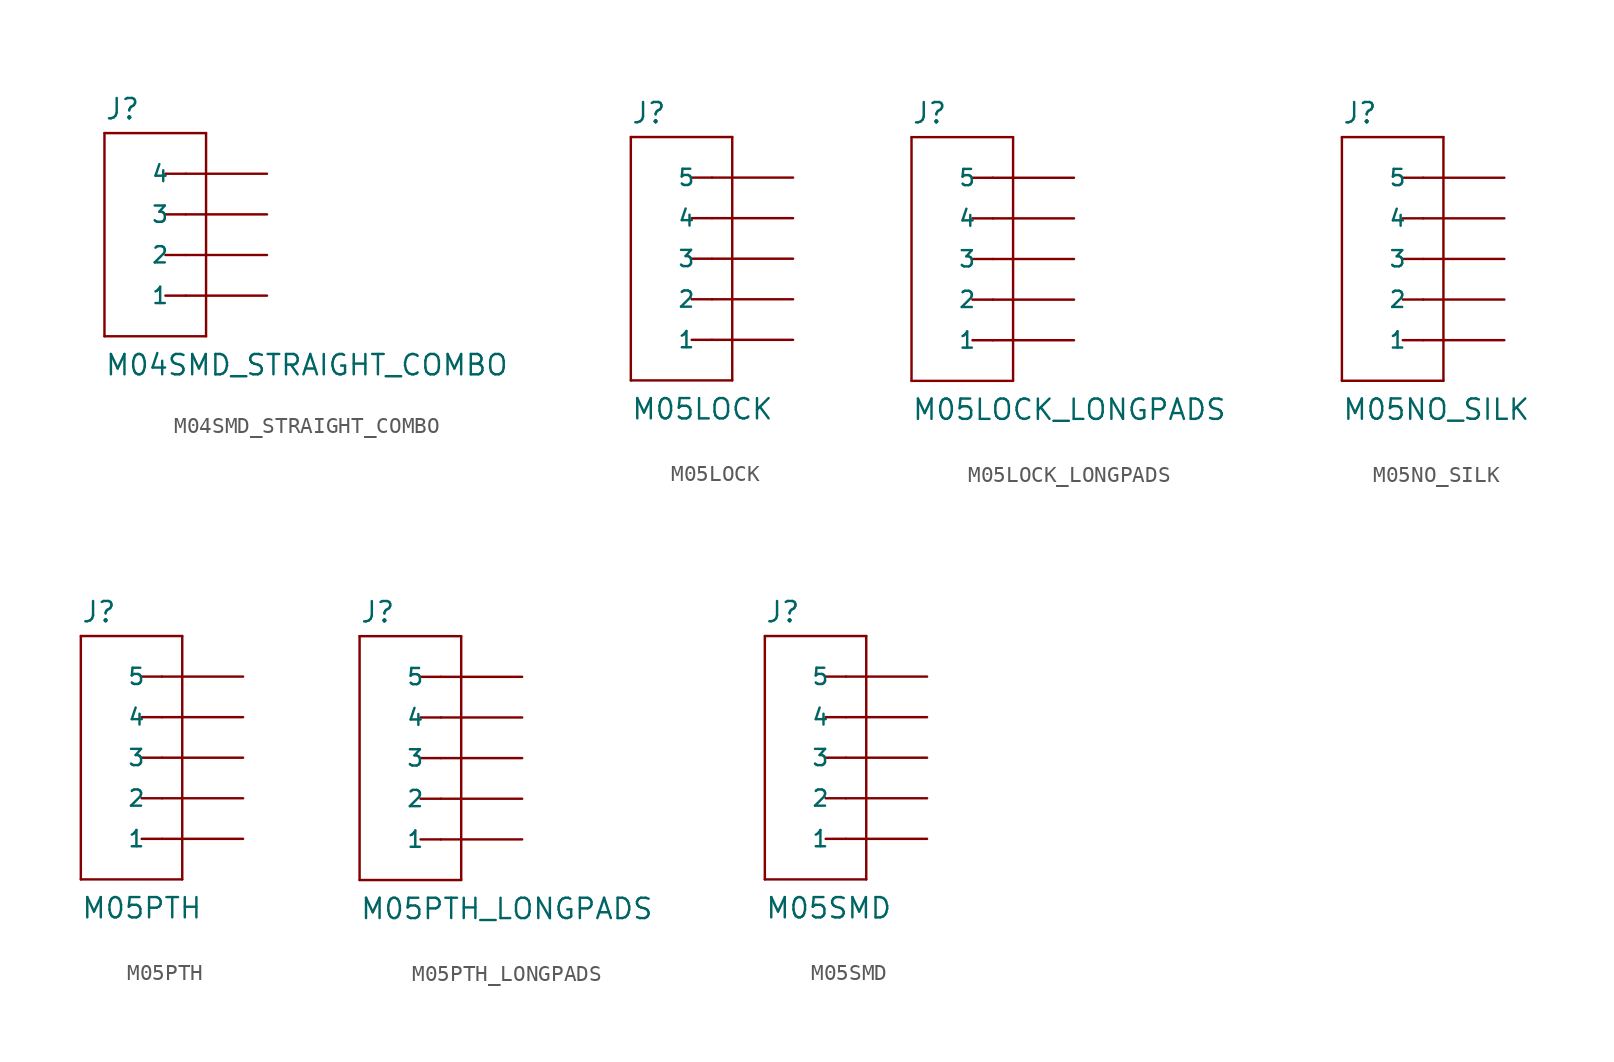
<source format=kicad_sym>
(kicad_symbol_lib
  (version 20211014)
  (generator kicad_symbol_editor)
  (symbol "M04SMD_STRAIGHT_COMBO"
    (pin_numbers hide)
    (pin_names
      (offset 1.016))
    (property "Reference" "J"
      (at -5.08 8.382 0)
      (effects (font (size 1.27 1.27)) (justify left bottom)))
    (property "Value" "M04SMD_STRAIGHT_COMBO"
      (at -5.08 -7.62 0)
      (effects (font (size 1.27 1.27)) (justify left bottom)))
    (property "Datasheet" ""
      (at 0 0 0)
      (effects (font (size 1.524 1.524))))
    (property "ki_locked" ""
      (at 0 0 0)
      (effects (font (size 1.27 1.27))))
    (symbol "M04SMD_STRAIGHT_COMBO_1_0"
      (polyline (pts (xy -5.08 7.62) (xy -5.08 -5.08)) (stroke (width 0) (type default) (color 0 0 0 0)) (fill (type none)))
      (polyline (pts (xy -5.08 7.62) (xy 1.27 7.62)) (stroke (width 0) (type default) (color 0 0 0 0)) (fill (type none)))
      (polyline (pts (xy -1.27 -2.54) (xy 0 -2.54)) (stroke (width 0) (type default) (color 0 0 0 0)) (fill (type none)))
      (polyline (pts (xy -1.27 0) (xy 0 0)) (stroke (width 0) (type default) (color 0 0 0 0)) (fill (type none)))
      (polyline (pts (xy -1.27 2.54) (xy 0 2.54)) (stroke (width 0) (type default) (color 0 0 0 0)) (fill (type none)))
      (polyline (pts (xy -1.27 5.08) (xy 0 5.08)) (stroke (width 0) (type default) (color 0 0 0 0)) (fill (type none)))
      (polyline (pts (xy 1.27 -5.08) (xy -5.08 -5.08)) (stroke (width 0) (type default) (color 0 0 0 0)) (fill (type none)))
      (polyline (pts (xy 1.27 -5.08) (xy 1.27 7.62)) (stroke (width 0) (type default) (color 0 0 0 0)) (fill (type none))))
    (symbol "M04SMD_STRAIGHT_COMBO_1_1"
      (pin passive line (at 5.08 -2.54 180) (length 5.08) (name "1" (effects (font (size 1.016 1.016)))) (number "1" (effects (font (size 1.016 1.016)))))
      (pin passive line (at 5.08 0 180) (length 5.08) (name "2" (effects (font (size 1.016 1.016)))) (number "2" (effects (font (size 1.016 1.016)))))
      (pin passive line (at 5.08 2.54 180) (length 5.08) (name "3" (effects (font (size 1.016 1.016)))) (number "3" (effects (font (size 1.016 1.016)))))
      (pin passive line (at 5.08 5.08 180) (length 5.08) (name "4" (effects (font (size 1.016 1.016)))) (number "4" (effects (font (size 1.016 1.016)))))))
  (symbol "M05LOCK"
    (pin_numbers hide)
    (pin_names
      (offset 1.016))
    (property "Reference" "J"
      (at -2.54 8.382 0)
      (effects (font (size 1.27 1.27)) (justify left bottom)))
    (property "Value" "M05LOCK"
      (at -2.54 -10.16 0)
      (effects (font (size 1.27 1.27)) (justify left bottom)))
    (property "Datasheet" ""
      (at 0 0 0)
      (effects (font (size 1.524 1.524))))
    (property "ki_locked" ""
      (at 0 0 0)
      (effects (font (size 1.27 1.27))))
    (symbol "M05LOCK_1_0"
      (polyline (pts (xy -2.54 7.62) (xy -2.54 -7.62)) (stroke (width 0) (type default) (color 0 0 0 0)) (fill (type none)))
      (polyline (pts (xy -2.54 7.62) (xy 3.81 7.62)) (stroke (width 0) (type default) (color 0 0 0 0)) (fill (type none)))
      (polyline (pts (xy 1.27 -5.08) (xy 2.54 -5.08)) (stroke (width 0) (type default) (color 0 0 0 0)) (fill (type none)))
      (polyline (pts (xy 1.27 -2.54) (xy 2.54 -2.54)) (stroke (width 0) (type default) (color 0 0 0 0)) (fill (type none)))
      (polyline (pts (xy 1.27 0) (xy 2.54 0)) (stroke (width 0) (type default) (color 0 0 0 0)) (fill (type none)))
      (polyline (pts (xy 1.27 2.54) (xy 2.54 2.54)) (stroke (width 0) (type default) (color 0 0 0 0)) (fill (type none)))
      (polyline (pts (xy 1.27 5.08) (xy 2.54 5.08)) (stroke (width 0) (type default) (color 0 0 0 0)) (fill (type none)))
      (polyline (pts (xy 3.81 -7.62) (xy -2.54 -7.62)) (stroke (width 0) (type default) (color 0 0 0 0)) (fill (type none)))
      (polyline (pts (xy 3.81 -7.62) (xy 3.81 7.62)) (stroke (width 0) (type default) (color 0 0 0 0)) (fill (type none))))
    (symbol "M05LOCK_1_1"
      (pin passive line (at 7.62 -5.08 180) (length 5.08) (name "1" (effects (font (size 1.016 1.016)))) (number "1" (effects (font (size 1.016 1.016)))))
      (pin passive line (at 7.62 -2.54 180) (length 5.08) (name "2" (effects (font (size 1.016 1.016)))) (number "2" (effects (font (size 1.016 1.016)))))
      (pin passive line (at 7.62 0 180) (length 5.08) (name "3" (effects (font (size 1.016 1.016)))) (number "3" (effects (font (size 1.016 1.016)))))
      (pin passive line (at 7.62 2.54 180) (length 5.08) (name "4" (effects (font (size 1.016 1.016)))) (number "4" (effects (font (size 1.016 1.016)))))
      (pin passive line (at 7.62 5.08 180) (length 5.08) (name "5" (effects (font (size 1.016 1.016)))) (number "5" (effects (font (size 1.016 1.016)))))))
  (symbol "M05LOCK_LONGPADS"
    (pin_numbers hide)
    (pin_names
      (offset 1.016))
    (property "Reference" "J"
      (at -2.54 8.382 0)
      (effects (font (size 1.27 1.27)) (justify left bottom)))
    (property "Value" "M05LOCK_LONGPADS"
      (at -2.54 -10.16 0)
      (effects (font (size 1.27 1.27)) (justify left bottom)))
    (property "Datasheet" ""
      (at 0 0 0)
      (effects (font (size 1.524 1.524))))
    (property "ki_locked" ""
      (at 0 0 0)
      (effects (font (size 1.27 1.27))))
    (symbol "M05LOCK_LONGPADS_1_0"
      (polyline (pts (xy -2.54 7.62) (xy -2.54 -7.62)) (stroke (width 0) (type default) (color 0 0 0 0)) (fill (type none)))
      (polyline (pts (xy -2.54 7.62) (xy 3.81 7.62)) (stroke (width 0) (type default) (color 0 0 0 0)) (fill (type none)))
      (polyline (pts (xy 1.27 -5.08) (xy 2.54 -5.08)) (stroke (width 0) (type default) (color 0 0 0 0)) (fill (type none)))
      (polyline (pts (xy 1.27 -2.54) (xy 2.54 -2.54)) (stroke (width 0) (type default) (color 0 0 0 0)) (fill (type none)))
      (polyline (pts (xy 1.27 0) (xy 2.54 0)) (stroke (width 0) (type default) (color 0 0 0 0)) (fill (type none)))
      (polyline (pts (xy 1.27 2.54) (xy 2.54 2.54)) (stroke (width 0) (type default) (color 0 0 0 0)) (fill (type none)))
      (polyline (pts (xy 1.27 5.08) (xy 2.54 5.08)) (stroke (width 0) (type default) (color 0 0 0 0)) (fill (type none)))
      (polyline (pts (xy 3.81 -7.62) (xy -2.54 -7.62)) (stroke (width 0) (type default) (color 0 0 0 0)) (fill (type none)))
      (polyline (pts (xy 3.81 -7.62) (xy 3.81 7.62)) (stroke (width 0) (type default) (color 0 0 0 0)) (fill (type none))))
    (symbol "M05LOCK_LONGPADS_1_1"
      (pin passive line (at 7.62 -5.08 180) (length 5.08) (name "1" (effects (font (size 1.016 1.016)))) (number "1" (effects (font (size 1.016 1.016)))))
      (pin passive line (at 7.62 -2.54 180) (length 5.08) (name "2" (effects (font (size 1.016 1.016)))) (number "2" (effects (font (size 1.016 1.016)))))
      (pin passive line (at 7.62 0 180) (length 5.08) (name "3" (effects (font (size 1.016 1.016)))) (number "3" (effects (font (size 1.016 1.016)))))
      (pin passive line (at 7.62 2.54 180) (length 5.08) (name "4" (effects (font (size 1.016 1.016)))) (number "4" (effects (font (size 1.016 1.016)))))
      (pin passive line (at 7.62 5.08 180) (length 5.08) (name "5" (effects (font (size 1.016 1.016)))) (number "5" (effects (font (size 1.016 1.016)))))))
  (symbol "M05NO_SILK"
    (pin_numbers hide)
    (pin_names
      (offset 1.016))
    (property "Reference" "J"
      (at -2.54 8.382 0)
      (effects (font (size 1.27 1.27)) (justify left bottom)))
    (property "Value" "M05NO_SILK"
      (at -2.54 -10.16 0)
      (effects (font (size 1.27 1.27)) (justify left bottom)))
    (property "Datasheet" ""
      (at 0 0 0)
      (effects (font (size 1.524 1.524))))
    (property "ki_locked" ""
      (at 0 0 0)
      (effects (font (size 1.27 1.27))))
    (symbol "M05NO_SILK_1_0"
      (polyline (pts (xy -2.54 7.62) (xy -2.54 -7.62)) (stroke (width 0) (type default) (color 0 0 0 0)) (fill (type none)))
      (polyline (pts (xy -2.54 7.62) (xy 3.81 7.62)) (stroke (width 0) (type default) (color 0 0 0 0)) (fill (type none)))
      (polyline (pts (xy 1.27 -5.08) (xy 2.54 -5.08)) (stroke (width 0) (type default) (color 0 0 0 0)) (fill (type none)))
      (polyline (pts (xy 1.27 -2.54) (xy 2.54 -2.54)) (stroke (width 0) (type default) (color 0 0 0 0)) (fill (type none)))
      (polyline (pts (xy 1.27 0) (xy 2.54 0)) (stroke (width 0) (type default) (color 0 0 0 0)) (fill (type none)))
      (polyline (pts (xy 1.27 2.54) (xy 2.54 2.54)) (stroke (width 0) (type default) (color 0 0 0 0)) (fill (type none)))
      (polyline (pts (xy 1.27 5.08) (xy 2.54 5.08)) (stroke (width 0) (type default) (color 0 0 0 0)) (fill (type none)))
      (polyline (pts (xy 3.81 -7.62) (xy -2.54 -7.62)) (stroke (width 0) (type default) (color 0 0 0 0)) (fill (type none)))
      (polyline (pts (xy 3.81 -7.62) (xy 3.81 7.62)) (stroke (width 0) (type default) (color 0 0 0 0)) (fill (type none))))
    (symbol "M05NO_SILK_1_1"
      (pin passive line (at 7.62 -5.08 180) (length 5.08) (name "1" (effects (font (size 1.016 1.016)))) (number "1" (effects (font (size 1.016 1.016)))))
      (pin passive line (at 7.62 -2.54 180) (length 5.08) (name "2" (effects (font (size 1.016 1.016)))) (number "2" (effects (font (size 1.016 1.016)))))
      (pin passive line (at 7.62 0 180) (length 5.08) (name "3" (effects (font (size 1.016 1.016)))) (number "3" (effects (font (size 1.016 1.016)))))
      (pin passive line (at 7.62 2.54 180) (length 5.08) (name "4" (effects (font (size 1.016 1.016)))) (number "4" (effects (font (size 1.016 1.016)))))
      (pin passive line (at 7.62 5.08 180) (length 5.08) (name "5" (effects (font (size 1.016 1.016)))) (number "5" (effects (font (size 1.016 1.016)))))))
  (symbol "M05PTH"
    (pin_numbers hide)
    (pin_names
      (offset 1.016))
    (property "Reference" "J"
      (at -2.54 8.382 0)
      (effects (font (size 1.27 1.27)) (justify left bottom)))
    (property "Value" "M05PTH"
      (at -2.54 -10.16 0)
      (effects (font (size 1.27 1.27)) (justify left bottom)))
    (property "Datasheet" ""
      (at 0 0 0)
      (effects (font (size 1.524 1.524))))
    (property "ki_locked" ""
      (at 0 0 0)
      (effects (font (size 1.27 1.27))))
    (symbol "M05PTH_1_0"
      (polyline (pts (xy -2.54 7.62) (xy -2.54 -7.62)) (stroke (width 0) (type default) (color 0 0 0 0)) (fill (type none)))
      (polyline (pts (xy -2.54 7.62) (xy 3.81 7.62)) (stroke (width 0) (type default) (color 0 0 0 0)) (fill (type none)))
      (polyline (pts (xy 1.27 -5.08) (xy 2.54 -5.08)) (stroke (width 0) (type default) (color 0 0 0 0)) (fill (type none)))
      (polyline (pts (xy 1.27 -2.54) (xy 2.54 -2.54)) (stroke (width 0) (type default) (color 0 0 0 0)) (fill (type none)))
      (polyline (pts (xy 1.27 0) (xy 2.54 0)) (stroke (width 0) (type default) (color 0 0 0 0)) (fill (type none)))
      (polyline (pts (xy 1.27 2.54) (xy 2.54 2.54)) (stroke (width 0) (type default) (color 0 0 0 0)) (fill (type none)))
      (polyline (pts (xy 1.27 5.08) (xy 2.54 5.08)) (stroke (width 0) (type default) (color 0 0 0 0)) (fill (type none)))
      (polyline (pts (xy 3.81 -7.62) (xy -2.54 -7.62)) (stroke (width 0) (type default) (color 0 0 0 0)) (fill (type none)))
      (polyline (pts (xy 3.81 -7.62) (xy 3.81 7.62)) (stroke (width 0) (type default) (color 0 0 0 0)) (fill (type none))))
    (symbol "M05PTH_1_1"
      (pin passive line (at 7.62 -5.08 180) (length 5.08) (name "1" (effects (font (size 1.016 1.016)))) (number "1" (effects (font (size 1.016 1.016)))))
      (pin passive line (at 7.62 -2.54 180) (length 5.08) (name "2" (effects (font (size 1.016 1.016)))) (number "2" (effects (font (size 1.016 1.016)))))
      (pin passive line (at 7.62 0 180) (length 5.08) (name "3" (effects (font (size 1.016 1.016)))) (number "3" (effects (font (size 1.016 1.016)))))
      (pin passive line (at 7.62 2.54 180) (length 5.08) (name "4" (effects (font (size 1.016 1.016)))) (number "4" (effects (font (size 1.016 1.016)))))
      (pin passive line (at 7.62 5.08 180) (length 5.08) (name "5" (effects (font (size 1.016 1.016)))) (number "5" (effects (font (size 1.016 1.016)))))))
  (symbol "M05PTH_LONGPADS"
    (pin_numbers hide)
    (pin_names
      (offset 1.016))
    (property "Reference" "J"
      (at -2.54 8.382 0)
      (effects (font (size 1.27 1.27)) (justify left bottom)))
    (property "Value" "M05PTH_LONGPADS"
      (at -2.54 -10.16 0)
      (effects (font (size 1.27 1.27)) (justify left bottom)))
    (property "Datasheet" ""
      (at 0 0 0)
      (effects (font (size 1.524 1.524))))
    (property "ki_locked" ""
      (at 0 0 0)
      (effects (font (size 1.27 1.27))))
    (symbol "M05PTH_LONGPADS_1_0"
      (polyline (pts (xy -2.54 7.62) (xy -2.54 -7.62)) (stroke (width 0) (type default) (color 0 0 0 0)) (fill (type none)))
      (polyline (pts (xy -2.54 7.62) (xy 3.81 7.62)) (stroke (width 0) (type default) (color 0 0 0 0)) (fill (type none)))
      (polyline (pts (xy 1.27 -5.08) (xy 2.54 -5.08)) (stroke (width 0) (type default) (color 0 0 0 0)) (fill (type none)))
      (polyline (pts (xy 1.27 -2.54) (xy 2.54 -2.54)) (stroke (width 0) (type default) (color 0 0 0 0)) (fill (type none)))
      (polyline (pts (xy 1.27 0) (xy 2.54 0)) (stroke (width 0) (type default) (color 0 0 0 0)) (fill (type none)))
      (polyline (pts (xy 1.27 2.54) (xy 2.54 2.54)) (stroke (width 0) (type default) (color 0 0 0 0)) (fill (type none)))
      (polyline (pts (xy 1.27 5.08) (xy 2.54 5.08)) (stroke (width 0) (type default) (color 0 0 0 0)) (fill (type none)))
      (polyline (pts (xy 3.81 -7.62) (xy -2.54 -7.62)) (stroke (width 0) (type default) (color 0 0 0 0)) (fill (type none)))
      (polyline (pts (xy 3.81 -7.62) (xy 3.81 7.62)) (stroke (width 0) (type default) (color 0 0 0 0)) (fill (type none))))
    (symbol "M05PTH_LONGPADS_1_1"
      (pin passive line (at 7.62 -5.08 180) (length 5.08) (name "1" (effects (font (size 1.016 1.016)))) (number "1" (effects (font (size 1.016 1.016)))))
      (pin passive line (at 7.62 -2.54 180) (length 5.08) (name "2" (effects (font (size 1.016 1.016)))) (number "2" (effects (font (size 1.016 1.016)))))
      (pin passive line (at 7.62 0 180) (length 5.08) (name "3" (effects (font (size 1.016 1.016)))) (number "3" (effects (font (size 1.016 1.016)))))
      (pin passive line (at 7.62 2.54 180) (length 5.08) (name "4" (effects (font (size 1.016 1.016)))) (number "4" (effects (font (size 1.016 1.016)))))
      (pin passive line (at 7.62 5.08 180) (length 5.08) (name "5" (effects (font (size 1.016 1.016)))) (number "5" (effects (font (size 1.016 1.016)))))))
  (symbol "M05SMD"
    (pin_numbers hide)
    (pin_names
      (offset 1.016))
    (property "Reference" "J"
      (at -2.54 8.382 0)
      (effects (font (size 1.27 1.27)) (justify left bottom)))
    (property "Value" "M05SMD"
      (at -2.54 -10.16 0)
      (effects (font (size 1.27 1.27)) (justify left bottom)))
    (property "Datasheet" ""
      (at 0 0 0)
      (effects (font (size 1.524 1.524))))
    (property "ki_locked" ""
      (at 0 0 0)
      (effects (font (size 1.27 1.27))))
    (symbol "M05SMD_1_0"
      (polyline (pts (xy -2.54 7.62) (xy -2.54 -7.62)) (stroke (width 0) (type default) (color 0 0 0 0)) (fill (type none)))
      (polyline (pts (xy -2.54 7.62) (xy 3.81 7.62)) (stroke (width 0) (type default) (color 0 0 0 0)) (fill (type none)))
      (polyline (pts (xy 1.27 -5.08) (xy 2.54 -5.08)) (stroke (width 0) (type default) (color 0 0 0 0)) (fill (type none)))
      (polyline (pts (xy 1.27 -2.54) (xy 2.54 -2.54)) (stroke (width 0) (type default) (color 0 0 0 0)) (fill (type none)))
      (polyline (pts (xy 1.27 0) (xy 2.54 0)) (stroke (width 0) (type default) (color 0 0 0 0)) (fill (type none)))
      (polyline (pts (xy 1.27 2.54) (xy 2.54 2.54)) (stroke (width 0) (type default) (color 0 0 0 0)) (fill (type none)))
      (polyline (pts (xy 1.27 5.08) (xy 2.54 5.08)) (stroke (width 0) (type default) (color 0 0 0 0)) (fill (type none)))
      (polyline (pts (xy 3.81 -7.62) (xy -2.54 -7.62)) (stroke (width 0) (type default) (color 0 0 0 0)) (fill (type none)))
      (polyline (pts (xy 3.81 -7.62) (xy 3.81 7.62)) (stroke (width 0) (type default) (color 0 0 0 0)) (fill (type none))))
    (symbol "M05SMD_1_1"
      (pin passive line (at 7.62 -5.08 180) (length 5.08) (name "1" (effects (font (size 1.016 1.016)))) (number "1" (effects (font (size 1.016 1.016)))))
      (pin passive line (at 7.62 -2.54 180) (length 5.08) (name "2" (effects (font (size 1.016 1.016)))) (number "2" (effects (font (size 1.016 1.016)))))
      (pin passive line (at 7.62 0 180) (length 5.08) (name "3" (effects (font (size 1.016 1.016)))) (number "3" (effects (font (size 1.016 1.016)))))
      (pin passive line (at 7.62 2.54 180) (length 5.08) (name "4" (effects (font (size 1.016 1.016)))) (number "4" (effects (font (size 1.016 1.016)))))
      (pin passive line (at 7.62 5.08 180) (length 5.08) (name "5" (effects (font (size 1.016 1.016)))) (number "5" (effects (font (size 1.016 1.016))))))))
</source>
